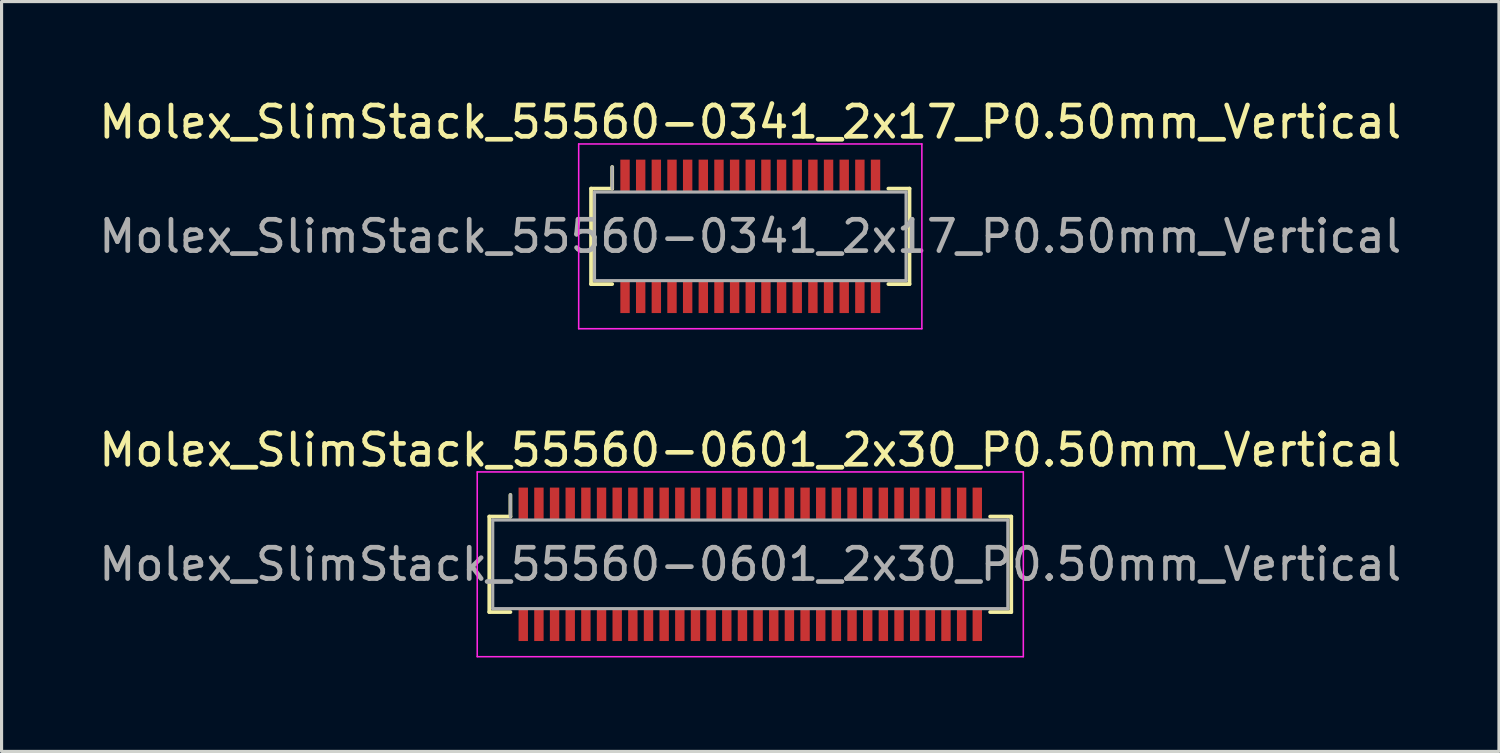
<source format=kicad_pcb>
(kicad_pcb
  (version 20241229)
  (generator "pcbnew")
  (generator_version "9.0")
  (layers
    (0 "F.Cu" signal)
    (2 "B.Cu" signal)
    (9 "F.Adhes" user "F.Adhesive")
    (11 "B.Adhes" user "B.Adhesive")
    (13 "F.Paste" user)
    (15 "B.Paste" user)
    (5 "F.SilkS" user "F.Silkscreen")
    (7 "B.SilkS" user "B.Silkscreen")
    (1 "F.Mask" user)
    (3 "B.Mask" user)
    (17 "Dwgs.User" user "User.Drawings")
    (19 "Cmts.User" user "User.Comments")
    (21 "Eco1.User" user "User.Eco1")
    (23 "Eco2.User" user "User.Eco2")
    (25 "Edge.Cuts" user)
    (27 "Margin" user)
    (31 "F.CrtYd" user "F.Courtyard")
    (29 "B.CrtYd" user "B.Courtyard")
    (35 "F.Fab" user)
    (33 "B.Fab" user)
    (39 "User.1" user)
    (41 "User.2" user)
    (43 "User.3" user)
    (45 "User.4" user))
  (footprint "Molex_SlimStack_55560-0341_2x17_P0.50mm_Vertical"
    (layer "F.Cu")
    (at 20.911 4.498)
    (property "Reference" "Molex_SlimStack_55560-0341_2x17_P0.50mm_Vertical" (at 0 -3.65 0) (layer "F.SilkS") (effects (font (size 1 1) (thickness 0.15))))
    (attr smd)
    (fp_line (start -5.085 -1.525) (end -4.41 -1.525) (stroke (width 0.12) (type solid)) (layer "F.SilkS"))
    (fp_line (start -5.085 1.525) (end -5.085 -1.525) (stroke (width 0.12) (type solid)) (layer "F.SilkS"))
    (fp_line (start -4.41 -1.525) (end -4.41 -2.215) (stroke (width 0.12) (type solid)) (layer "F.SilkS"))
    (fp_line (start -4.41 1.525) (end -5.085 1.525) (stroke (width 0.12) (type solid)) (layer "F.SilkS"))
    (fp_line (start 4.41 1.525) (end 5.085 1.525) (stroke (width 0.12) (type solid)) (layer "F.SilkS"))
    (fp_line (start 5.085 -1.525) (end 4.41 -1.525) (stroke (width 0.12) (type solid)) (layer "F.SilkS"))
    (fp_line (start 5.085 1.525) (end 5.085 -1.525) (stroke (width 0.12) (type solid)) (layer "F.SilkS"))
    (fp_line (start -5.48 -2.95) (end -5.48 2.95) (stroke (width 0.05) (type solid)) (layer "F.CrtYd"))
    (fp_line (start -5.48 2.95) (end 5.48 2.95) (stroke (width 0.05) (type solid)) (layer "F.CrtYd"))
    (fp_line (start 5.48 -2.95) (end -5.48 -2.95) (stroke (width 0.05) (type solid)) (layer "F.CrtYd"))
    (fp_line (start 5.48 2.95) (end 5.48 -2.95) (stroke (width 0.05) (type solid)) (layer "F.CrtYd"))
    (fp_line (start -4.975 -1.415) (end -4.975 1.415) (stroke (width 0.1) (type solid)) (layer "F.Fab"))
    (fp_line (start -4.975 1.415) (end 4.975 1.415) (stroke (width 0.1) (type solid)) (layer "F.Fab"))
    (fp_line (start -4.41 -1.525) (end -4.41 -2.215) (stroke (width 0.1) (type solid)) (layer "F.Fab"))
    (fp_line (start 4.975 -1.415) (end -4.975 -1.415) (stroke (width 0.1) (type solid)) (layer "F.Fab"))
    (fp_line (start 4.975 1.415) (end 4.975 -1.415) (stroke (width 0.1) (type solid)) (layer "F.Fab"))
    (fp_text user "${REFERENCE}" (at 0 0 0) (layer "F.Fab") (effects (font (size 1 1) (thickness 0.15))))
    (pad "1" smd rect (at -4 -1.95) (size 0.3 1) (layers "F.Cu" "F.Mask" "F.Paste"))
    (pad "2" smd rect (at -4 1.95) (size 0.3 1) (layers "F.Cu" "F.Mask" "F.Paste"))
    (pad "3" smd rect (at -3.5 -1.95) (size 0.3 1) (layers "F.Cu" "F.Mask" "F.Paste"))
    (pad "4" smd rect (at -3.5 1.95) (size 0.3 1) (layers "F.Cu" "F.Mask" "F.Paste"))
    (pad "5" smd rect (at -3 -1.95) (size 0.3 1) (layers "F.Cu" "F.Mask" "F.Paste"))
    (pad "6" smd rect (at -3 1.95) (size 0.3 1) (layers "F.Cu" "F.Mask" "F.Paste"))
    (pad "7" smd rect (at -2.5 -1.95) (size 0.3 1) (layers "F.Cu" "F.Mask" "F.Paste"))
    (pad "8" smd rect (at -2.5 1.95) (size 0.3 1) (layers "F.Cu" "F.Mask" "F.Paste"))
    (pad "9" smd rect (at -2 -1.95) (size 0.3 1) (layers "F.Cu" "F.Mask" "F.Paste"))
    (pad "10" smd rect (at -2 1.95) (size 0.3 1) (layers "F.Cu" "F.Mask" "F.Paste"))
    (pad "11" smd rect (at -1.5 -1.95) (size 0.3 1) (layers "F.Cu" "F.Mask" "F.Paste"))
    (pad "12" smd rect (at -1.5 1.95) (size 0.3 1) (layers "F.Cu" "F.Mask" "F.Paste"))
    (pad "13" smd rect (at -1 -1.95) (size 0.3 1) (layers "F.Cu" "F.Mask" "F.Paste"))
    (pad "14" smd rect (at -1 1.95) (size 0.3 1) (layers "F.Cu" "F.Mask" "F.Paste"))
    (pad "15" smd rect (at -0.5 -1.95) (size 0.3 1) (layers "F.Cu" "F.Mask" "F.Paste"))
    (pad "16" smd rect (at -0.5 1.95) (size 0.3 1) (layers "F.Cu" "F.Mask" "F.Paste"))
    (pad "17" smd rect (at 0 -1.95) (size 0.3 1) (layers "F.Cu" "F.Mask" "F.Paste"))
    (pad "18" smd rect (at 0 1.95) (size 0.3 1) (layers "F.Cu" "F.Mask" "F.Paste"))
    (pad "19" smd rect (at 0.5 -1.95) (size 0.3 1) (layers "F.Cu" "F.Mask" "F.Paste"))
    (pad "20" smd rect (at 0.5 1.95) (size 0.3 1) (layers "F.Cu" "F.Mask" "F.Paste"))
    (pad "21" smd rect (at 1 -1.95) (size 0.3 1) (layers "F.Cu" "F.Mask" "F.Paste"))
    (pad "22" smd rect (at 1 1.95) (size 0.3 1) (layers "F.Cu" "F.Mask" "F.Paste"))
    (pad "23" smd rect (at 1.5 -1.95) (size 0.3 1) (layers "F.Cu" "F.Mask" "F.Paste"))
    (pad "24" smd rect (at 1.5 1.95) (size 0.3 1) (layers "F.Cu" "F.Mask" "F.Paste"))
    (pad "25" smd rect (at 2 -1.95) (size 0.3 1) (layers "F.Cu" "F.Mask" "F.Paste"))
    (pad "26" smd rect (at 2 1.95) (size 0.3 1) (layers "F.Cu" "F.Mask" "F.Paste"))
    (pad "27" smd rect (at 2.5 -1.95) (size 0.3 1) (layers "F.Cu" "F.Mask" "F.Paste"))
    (pad "28" smd rect (at 2.5 1.95) (size 0.3 1) (layers "F.Cu" "F.Mask" "F.Paste"))
    (pad "29" smd rect (at 3 -1.95) (size 0.3 1) (layers "F.Cu" "F.Mask" "F.Paste"))
    (pad "30" smd rect (at 3 1.95) (size 0.3 1) (layers "F.Cu" "F.Mask" "F.Paste"))
    (pad "31" smd rect (at 3.5 -1.95) (size 0.3 1) (layers "F.Cu" "F.Mask" "F.Paste"))
    (pad "32" smd rect (at 3.5 1.95) (size 0.3 1) (layers "F.Cu" "F.Mask" "F.Paste"))
    (pad "33" smd rect (at 4 -1.95) (size 0.3 1) (layers "F.Cu" "F.Mask" "F.Paste"))
    (pad "34" smd rect (at 4 1.95) (size 0.3 1) (layers "F.Cu" "F.Mask" "F.Paste")))
  (footprint "Molex_SlimStack_55560-0601_2x30_P0.50mm_Vertical"
    (layer "F.Cu")
    (at 20.911 14.972)
    (property "Reference" "Molex_SlimStack_55560-0601_2x30_P0.50mm_Vertical" (at 0 -3.65 0) (layer "F.SilkS") (effects (font (size 1 1) (thickness 0.15))))
    (attr smd)
    (fp_line (start -8.335 -1.525) (end -7.66 -1.525) (stroke (width 0.12) (type solid)) (layer "F.SilkS"))
    (fp_line (start -8.335 1.525) (end -8.335 -1.525) (stroke (width 0.12) (type solid)) (layer "F.SilkS"))
    (fp_line (start -7.66 -1.525) (end -7.66 -2.215) (stroke (width 0.12) (type solid)) (layer "F.SilkS"))
    (fp_line (start -7.66 1.525) (end -8.335 1.525) (stroke (width 0.12) (type solid)) (layer "F.SilkS"))
    (fp_line (start 7.66 1.525) (end 8.335 1.525) (stroke (width 0.12) (type solid)) (layer "F.SilkS"))
    (fp_line (start 8.335 -1.525) (end 7.66 -1.525) (stroke (width 0.12) (type solid)) (layer "F.SilkS"))
    (fp_line (start 8.335 1.525) (end 8.335 -1.525) (stroke (width 0.12) (type solid)) (layer "F.SilkS"))
    (fp_line (start -8.72 -2.95) (end -8.72 2.95) (stroke (width 0.05) (type solid)) (layer "F.CrtYd"))
    (fp_line (start -8.72 2.95) (end 8.72 2.95) (stroke (width 0.05) (type solid)) (layer "F.CrtYd"))
    (fp_line (start 8.72 -2.95) (end -8.72 -2.95) (stroke (width 0.05) (type solid)) (layer "F.CrtYd"))
    (fp_line (start 8.72 2.95) (end 8.72 -2.95) (stroke (width 0.05) (type solid)) (layer "F.CrtYd"))
    (fp_line (start -8.225 -1.415) (end -8.225 1.415) (stroke (width 0.1) (type solid)) (layer "F.Fab"))
    (fp_line (start -8.225 1.415) (end 8.225 1.415) (stroke (width 0.1) (type solid)) (layer "F.Fab"))
    (fp_line (start -7.66 -1.525) (end -7.66 -2.215) (stroke (width 0.1) (type solid)) (layer "F.Fab"))
    (fp_line (start 8.225 -1.415) (end -8.225 -1.415) (stroke (width 0.1) (type solid)) (layer "F.Fab"))
    (fp_line (start 8.225 1.415) (end 8.225 -1.415) (stroke (width 0.1) (type solid)) (layer "F.Fab"))
    (fp_text user "${REFERENCE}" (at 0 0 0) (layer "F.Fab") (effects (font (size 1 1) (thickness 0.15))))
    (pad "1" smd rect (at -7.25 -1.95) (size 0.3 1) (layers "F.Cu" "F.Mask" "F.Paste"))
    (pad "2" smd rect (at -7.25 1.95) (size 0.3 1) (layers "F.Cu" "F.Mask" "F.Paste"))
    (pad "3" smd rect (at -6.75 -1.95) (size 0.3 1) (layers "F.Cu" "F.Mask" "F.Paste"))
    (pad "4" smd rect (at -6.75 1.95) (size 0.3 1) (layers "F.Cu" "F.Mask" "F.Paste"))
    (pad "5" smd rect (at -6.25 -1.95) (size 0.3 1) (layers "F.Cu" "F.Mask" "F.Paste"))
    (pad "6" smd rect (at -6.25 1.95) (size 0.3 1) (layers "F.Cu" "F.Mask" "F.Paste"))
    (pad "7" smd rect (at -5.75 -1.95) (size 0.3 1) (layers "F.Cu" "F.Mask" "F.Paste"))
    (pad "8" smd rect (at -5.75 1.95) (size 0.3 1) (layers "F.Cu" "F.Mask" "F.Paste"))
    (pad "9" smd rect (at -5.25 -1.95) (size 0.3 1) (layers "F.Cu" "F.Mask" "F.Paste"))
    (pad "10" smd rect (at -5.25 1.95) (size 0.3 1) (layers "F.Cu" "F.Mask" "F.Paste"))
    (pad "11" smd rect (at -4.75 -1.95) (size 0.3 1) (layers "F.Cu" "F.Mask" "F.Paste"))
    (pad "12" smd rect (at -4.75 1.95) (size 0.3 1) (layers "F.Cu" "F.Mask" "F.Paste"))
    (pad "13" smd rect (at -4.25 -1.95) (size 0.3 1) (layers "F.Cu" "F.Mask" "F.Paste"))
    (pad "14" smd rect (at -4.25 1.95) (size 0.3 1) (layers "F.Cu" "F.Mask" "F.Paste"))
    (pad "15" smd rect (at -3.75 -1.95) (size 0.3 1) (layers "F.Cu" "F.Mask" "F.Paste"))
    (pad "16" smd rect (at -3.75 1.95) (size 0.3 1) (layers "F.Cu" "F.Mask" "F.Paste"))
    (pad "17" smd rect (at -3.25 -1.95) (size 0.3 1) (layers "F.Cu" "F.Mask" "F.Paste"))
    (pad "18" smd rect (at -3.25 1.95) (size 0.3 1) (layers "F.Cu" "F.Mask" "F.Paste"))
    (pad "19" smd rect (at -2.75 -1.95) (size 0.3 1) (layers "F.Cu" "F.Mask" "F.Paste"))
    (pad "20" smd rect (at -2.75 1.95) (size 0.3 1) (layers "F.Cu" "F.Mask" "F.Paste"))
    (pad "21" smd rect (at -2.25 -1.95) (size 0.3 1) (layers "F.Cu" "F.Mask" "F.Paste"))
    (pad "22" smd rect (at -2.25 1.95) (size 0.3 1) (layers "F.Cu" "F.Mask" "F.Paste"))
    (pad "23" smd rect (at -1.75 -1.95) (size 0.3 1) (layers "F.Cu" "F.Mask" "F.Paste"))
    (pad "24" smd rect (at -1.75 1.95) (size 0.3 1) (layers "F.Cu" "F.Mask" "F.Paste"))
    (pad "25" smd rect (at -1.25 -1.95) (size 0.3 1) (layers "F.Cu" "F.Mask" "F.Paste"))
    (pad "26" smd rect (at -1.25 1.95) (size 0.3 1) (layers "F.Cu" "F.Mask" "F.Paste"))
    (pad "27" smd rect (at -0.75 -1.95) (size 0.3 1) (layers "F.Cu" "F.Mask" "F.Paste"))
    (pad "28" smd rect (at -0.75 1.95) (size 0.3 1) (layers "F.Cu" "F.Mask" "F.Paste"))
    (pad "29" smd rect (at -0.25 -1.95) (size 0.3 1) (layers "F.Cu" "F.Mask" "F.Paste"))
    (pad "30" smd rect (at -0.25 1.95) (size 0.3 1) (layers "F.Cu" "F.Mask" "F.Paste"))
    (pad "31" smd rect (at 0.25 -1.95) (size 0.3 1) (layers "F.Cu" "F.Mask" "F.Paste"))
    (pad "32" smd rect (at 0.25 1.95) (size 0.3 1) (layers "F.Cu" "F.Mask" "F.Paste"))
    (pad "33" smd rect (at 0.75 -1.95) (size 0.3 1) (layers "F.Cu" "F.Mask" "F.Paste"))
    (pad "34" smd rect (at 0.75 1.95) (size 0.3 1) (layers "F.Cu" "F.Mask" "F.Paste"))
    (pad "35" smd rect (at 1.25 -1.95) (size 0.3 1) (layers "F.Cu" "F.Mask" "F.Paste"))
    (pad "36" smd rect (at 1.25 1.95) (size 0.3 1) (layers "F.Cu" "F.Mask" "F.Paste"))
    (pad "37" smd rect (at 1.75 -1.95) (size 0.3 1) (layers "F.Cu" "F.Mask" "F.Paste"))
    (pad "38" smd rect (at 1.75 1.95) (size 0.3 1) (layers "F.Cu" "F.Mask" "F.Paste"))
    (pad "39" smd rect (at 2.25 -1.95) (size 0.3 1) (layers "F.Cu" "F.Mask" "F.Paste"))
    (pad "40" smd rect (at 2.25 1.95) (size 0.3 1) (layers "F.Cu" "F.Mask" "F.Paste"))
    (pad "41" smd rect (at 2.75 -1.95) (size 0.3 1) (layers "F.Cu" "F.Mask" "F.Paste"))
    (pad "42" smd rect (at 2.75 1.95) (size 0.3 1) (layers "F.Cu" "F.Mask" "F.Paste"))
    (pad "43" smd rect (at 3.25 -1.95) (size 0.3 1) (layers "F.Cu" "F.Mask" "F.Paste"))
    (pad "44" smd rect (at 3.25 1.95) (size 0.3 1) (layers "F.Cu" "F.Mask" "F.Paste"))
    (pad "45" smd rect (at 3.75 -1.95) (size 0.3 1) (layers "F.Cu" "F.Mask" "F.Paste"))
    (pad "46" smd rect (at 3.75 1.95) (size 0.3 1) (layers "F.Cu" "F.Mask" "F.Paste"))
    (pad "47" smd rect (at 4.25 -1.95) (size 0.3 1) (layers "F.Cu" "F.Mask" "F.Paste"))
    (pad "48" smd rect (at 4.25 1.95) (size 0.3 1) (layers "F.Cu" "F.Mask" "F.Paste"))
    (pad "49" smd rect (at 4.75 -1.95) (size 0.3 1) (layers "F.Cu" "F.Mask" "F.Paste"))
    (pad "50" smd rect (at 4.75 1.95) (size 0.3 1) (layers "F.Cu" "F.Mask" "F.Paste"))
    (pad "51" smd rect (at 5.25 -1.95) (size 0.3 1) (layers "F.Cu" "F.Mask" "F.Paste"))
    (pad "52" smd rect (at 5.25 1.95) (size 0.3 1) (layers "F.Cu" "F.Mask" "F.Paste"))
    (pad "53" smd rect (at 5.75 -1.95) (size 0.3 1) (layers "F.Cu" "F.Mask" "F.Paste"))
    (pad "54" smd rect (at 5.75 1.95) (size 0.3 1) (layers "F.Cu" "F.Mask" "F.Paste"))
    (pad "55" smd rect (at 6.25 -1.95) (size 0.3 1) (layers "F.Cu" "F.Mask" "F.Paste"))
    (pad "56" smd rect (at 6.25 1.95) (size 0.3 1) (layers "F.Cu" "F.Mask" "F.Paste"))
    (pad "57" smd rect (at 6.75 -1.95) (size 0.3 1) (layers "F.Cu" "F.Mask" "F.Paste"))
    (pad "58" smd rect (at 6.75 1.95) (size 0.3 1) (layers "F.Cu" "F.Mask" "F.Paste"))
    (pad "59" smd rect (at 7.25 -1.95) (size 0.3 1) (layers "F.Cu" "F.Mask" "F.Paste"))
    (pad "60" smd rect (at 7.25 1.95) (size 0.3 1) (layers "F.Cu" "F.Mask" "F.Paste")))
  (gr_rect
    (start -3 -3)
    (end 44.821 20.947)
    (stroke (width 0.1) (type default))
    (fill no)
    (layer "Edge.Cuts")))
</source>
